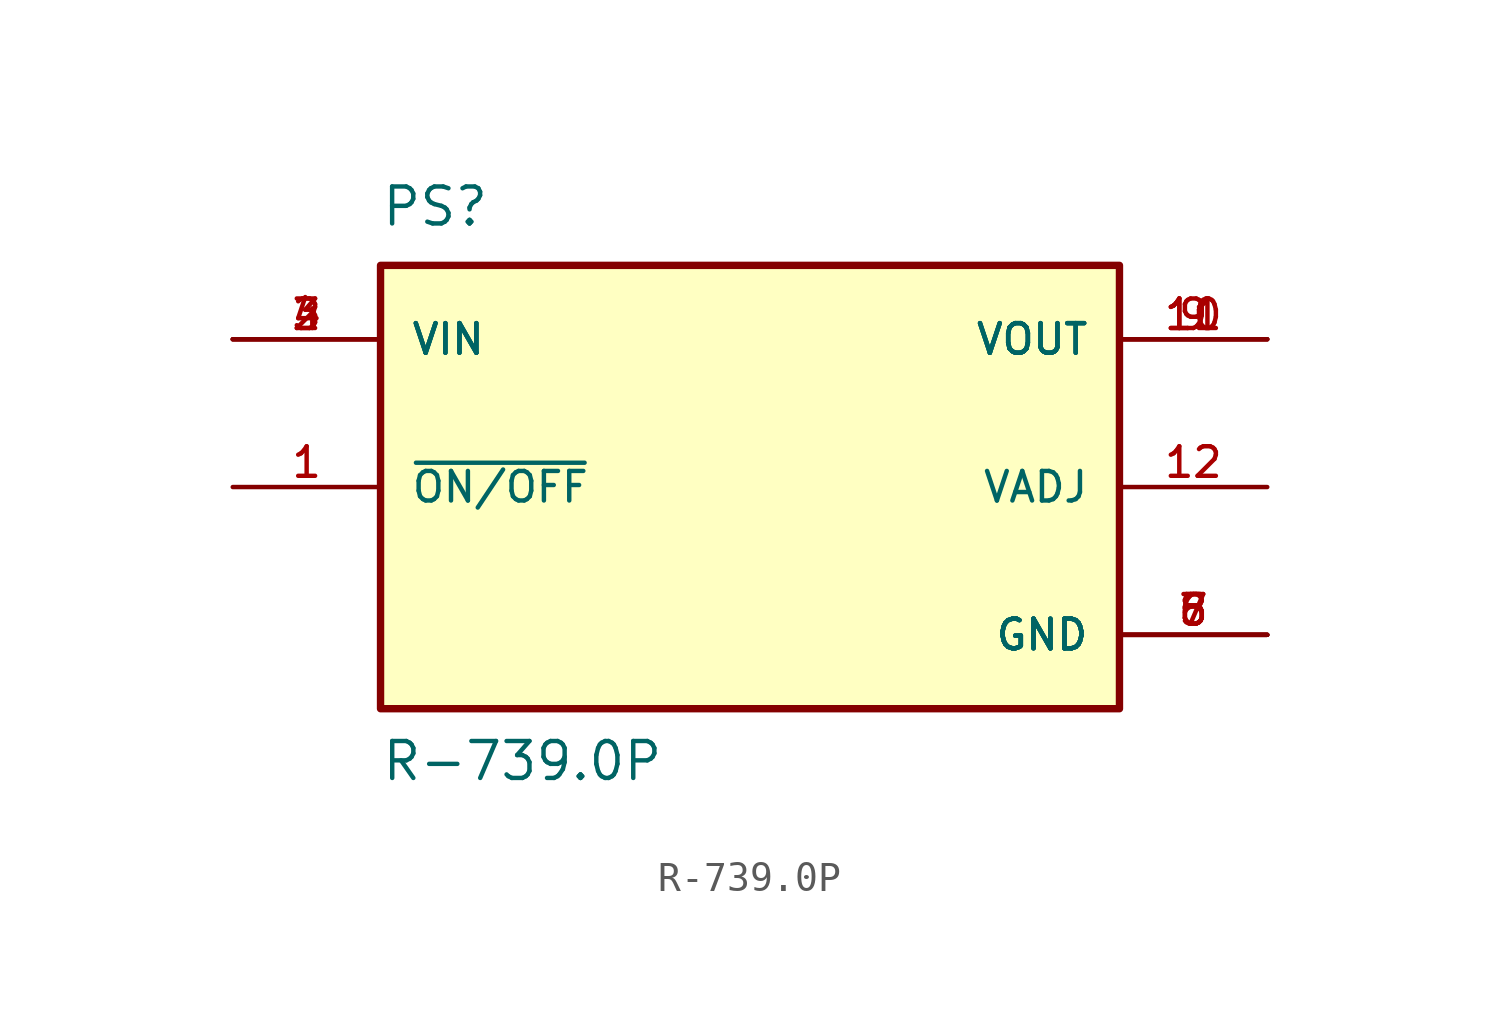
<source format=kicad_sym>
(kicad_symbol_lib
  (version 20211014)
  (generator kicad_symbol_editor)
  (symbol "R-739.0P"
    (pin_names
      (offset 1.016))
    (property "Reference" "PS"
      (at -12.704 8.898 0)
      (effects (font (size 1.27 1.27)) (justify bottom left)))
    (property "Value" "R-739.0P"
      (at -12.701 -10.163 0)
      (effects (font (size 1.27 1.27)) (justify bottom left)))
    (symbol "R-739.0P_0_0"
      (rectangle (start -12.7 -7.62) (end 12.7 7.62) (stroke (width 0.254)) (fill (type background)))
      (pin input line (at -17.78 5.08 0) (length 5.08) (name "VIN" (effects (font (size 1.016 1.016)))) (number "2" (effects (font (size 1.016 1.016)))))
      (pin input line (at -17.78 5.08 0) (length 5.08) (name "VIN" (effects (font (size 1.016 1.016)))) (number "3" (effects (font (size 1.016 1.016)))))
      (pin input line (at -17.78 5.08 0) (length 5.08) (name "VIN" (effects (font (size 1.016 1.016)))) (number "4" (effects (font (size 1.016 1.016)))))
      (pin output line (at 17.78 5.08 180.0) (length 5.08) (name "VOUT" (effects (font (size 1.016 1.016)))) (number "9" (effects (font (size 1.016 1.016)))))
      (pin output line (at 17.78 5.08 180.0) (length 5.08) (name "VOUT" (effects (font (size 1.016 1.016)))) (number "10" (effects (font (size 1.016 1.016)))))
      (pin output line (at 17.78 5.08 180.0) (length 5.08) (name "VOUT" (effects (font (size 1.016 1.016)))) (number "11" (effects (font (size 1.016 1.016)))))
      (pin power_in line (at 17.78 -5.08 180.0) (length 5.08) (name "GND" (effects (font (size 1.016 1.016)))) (number "5" (effects (font (size 1.016 1.016)))))
      (pin power_in line (at 17.78 -5.08 180.0) (length 5.08) (name "GND" (effects (font (size 1.016 1.016)))) (number "6" (effects (font (size 1.016 1.016)))))
      (pin power_in line (at 17.78 -5.08 180.0) (length 5.08) (name "GND" (effects (font (size 1.016 1.016)))) (number "7" (effects (font (size 1.016 1.016)))))
      (pin power_in line (at 17.78 -5.08 180.0) (length 5.08) (name "GND" (effects (font (size 1.016 1.016)))) (number "8" (effects (font (size 1.016 1.016)))))
      (pin input line (at -17.78 0.0 0) (length 5.08) (name "~{ON/OFF}" (effects (font (size 1.016 1.016)))) (number "1" (effects (font (size 1.016 1.016)))))
      (pin passive line (at 17.78 0.0 180.0) (length 5.08) (name "VADJ" (effects (font (size 1.016 1.016)))) (number "12" (effects (font (size 1.016 1.016))))))))
</source>
